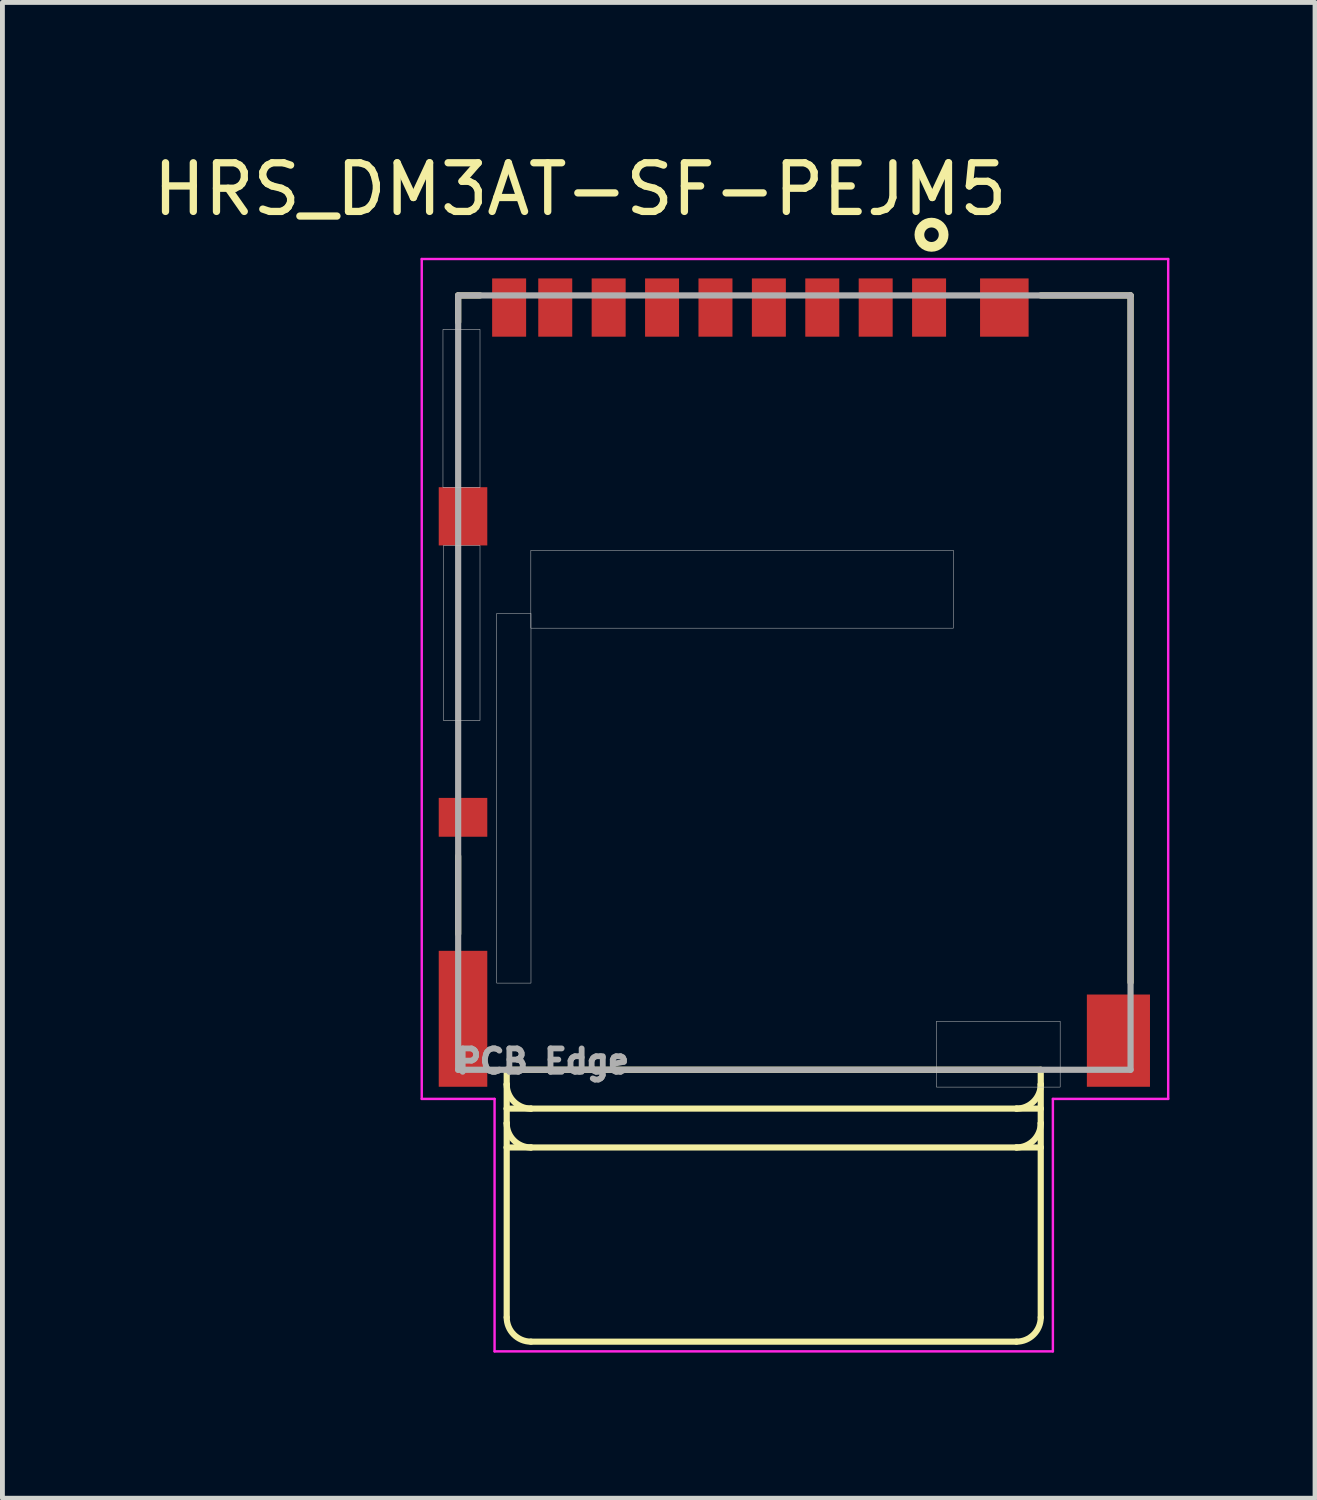
<source format=kicad_pcb>
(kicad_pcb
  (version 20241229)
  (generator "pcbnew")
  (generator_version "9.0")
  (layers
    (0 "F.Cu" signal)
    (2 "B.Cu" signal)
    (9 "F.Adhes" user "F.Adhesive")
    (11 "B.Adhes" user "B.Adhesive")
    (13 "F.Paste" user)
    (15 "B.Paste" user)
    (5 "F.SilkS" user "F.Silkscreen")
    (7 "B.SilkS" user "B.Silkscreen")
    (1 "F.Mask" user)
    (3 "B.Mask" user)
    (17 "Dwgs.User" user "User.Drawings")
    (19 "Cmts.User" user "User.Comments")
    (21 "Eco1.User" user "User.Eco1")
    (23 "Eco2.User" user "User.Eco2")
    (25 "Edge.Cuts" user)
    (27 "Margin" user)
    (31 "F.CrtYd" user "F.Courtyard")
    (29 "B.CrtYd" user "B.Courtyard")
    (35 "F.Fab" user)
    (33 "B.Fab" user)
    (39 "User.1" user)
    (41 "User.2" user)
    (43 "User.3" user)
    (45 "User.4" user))
  (footprint "HRS_DM3AT-SF-PEJM5"
    (layer "F.Cu")
    (at 12.887 3.285)
    (property "Reference" "HRS_DM3AT-SF-PEJM5" (at -3.987 -2.436 0) (layer "F.SilkS") (effects (font (size 1.002 1.002) (thickness 0.15))))
    (attr smd)
    (fp_line (start -6.5 -0.25) (end -6.5 0.3) (stroke (width 0.127) (type solid)) (layer "F.SilkS"))
    (fp_line (start -6.5 12.9) (end -6.5 11.3) (stroke (width 0.127) (type solid)) (layer "F.SilkS"))
    (fp_line (start -6.05 -0.25) (end -6.5 -0.25) (stroke (width 0.127) (type solid)) (layer "F.SilkS"))
    (fp_line (start -5.5 15.7) (end -5.5 16) (stroke (width 0.127) (type solid)) (layer "F.SilkS"))
    (fp_line (start -5.5 15.7) (end 5.5 15.7) (stroke (width 0.127) (type solid)) (layer "F.SilkS"))
    (fp_line (start -5.5 16.5) (end -5.5 16) (stroke (width 0.127) (type solid)) (layer "F.SilkS"))
    (fp_line (start -5.5 16.5) (end -5.5 16.8) (stroke (width 0.127) (type solid)) (layer "F.SilkS"))
    (fp_line (start -5.5 17.3) (end -5.5 16.8) (stroke (width 0.127) (type solid)) (layer "F.SilkS"))
    (fp_line (start -5.5 17.3) (end -5.5 20.8) (stroke (width 0.127) (type solid)) (layer "F.SilkS"))
    (fp_line (start -5 16.5) (end -5.5 16.5) (stroke (width 0.127) (type solid)) (layer "F.SilkS"))
    (fp_line (start -5 17.3) (end -5.5 17.3) (stroke (width 0.127) (type solid)) (layer "F.SilkS"))
    (fp_line (start 5 16.5) (end -5 16.5) (stroke (width 0.127) (type solid)) (layer "F.SilkS"))
    (fp_line (start 5 17.3) (end -5 17.3) (stroke (width 0.127) (type solid)) (layer "F.SilkS"))
    (fp_line (start 5 21.3) (end -5 21.3) (stroke (width 0.127) (type solid)) (layer "F.SilkS"))
    (fp_line (start 5.5 -0.25) (end 7.35 -0.25) (stroke (width 0.127) (type solid)) (layer "F.SilkS"))
    (fp_line (start 5.5 15.7) (end 5.5 16) (stroke (width 0.127) (type solid)) (layer "F.SilkS"))
    (fp_line (start 5.5 16) (end 5.5 16.5) (stroke (width 0.127) (type solid)) (layer "F.SilkS"))
    (fp_line (start 5.5 16.5) (end 5 16.5) (stroke (width 0.127) (type solid)) (layer "F.SilkS"))
    (fp_line (start 5.5 16.5) (end 5.5 16.8) (stroke (width 0.127) (type solid)) (layer "F.SilkS"))
    (fp_line (start 5.5 16.8) (end 5.5 17.3) (stroke (width 0.127) (type solid)) (layer "F.SilkS"))
    (fp_line (start 5.5 17.3) (end 5 17.3) (stroke (width 0.127) (type solid)) (layer "F.SilkS"))
    (fp_line (start 5.5 17.3) (end 5.5 20.8) (stroke (width 0.127) (type solid)) (layer "F.SilkS"))
    (fp_line (start 7.35 -0.25) (end 7.35 13.9) (stroke (width 0.127) (type solid)) (layer "F.SilkS"))
    (fp_arc (start -5 16.5) (mid -5.353553 16.353553) (end -5.5 16) (stroke (width 0.127) (type solid)) (layer "F.SilkS"))
    (fp_arc (start -5 17.3) (mid -5.353553 17.153553) (end -5.5 16.8) (stroke (width 0.127) (type solid)) (layer "F.SilkS"))
    (fp_arc (start -5 21.3) (mid -5.353553 21.153553) (end -5.5 20.8) (stroke (width 0.127) (type solid)) (layer "F.SilkS"))
    (fp_arc (start 5.5 16) (mid 5.353553 16.353553) (end 5 16.5) (stroke (width 0.127) (type solid)) (layer "F.SilkS"))
    (fp_arc (start 5.5 16.8) (mid 5.353553 17.153553) (end 5 17.3) (stroke (width 0.127) (type solid)) (layer "F.SilkS"))
    (fp_arc (start 5.5 20.8) (mid 5.353553 21.153553) (end 5 21.3) (stroke (width 0.127) (type solid)) (layer "F.SilkS"))
    (fp_circle (center 3.25 -1.5) (end 3.5 -1.5) (stroke (width 0.2) (type solid)) (fill no) (layer "F.SilkS"))
    (fp_poly (pts (xy -6.813 0.45) (xy -6.05 0.45) (xy -6.05 3.707) (xy -6.813 3.707)) (stroke (width 0.01) (type solid)) (fill no) (layer "Dwgs.User"))
    (fp_poly (pts (xy -6.804 4.9) (xy -6.05 4.9) (xy -6.05 8.505) (xy -6.804 8.505)) (stroke (width 0.01) (type solid)) (fill no) (layer "Dwgs.User"))
    (fp_poly (pts (xy -5.706 6.3) (xy -5 6.3) (xy -5 13.915) (xy -5.706 13.915)) (stroke (width 0.01) (type solid)) (fill no) (layer "Dwgs.User"))
    (fp_poly (pts (xy -5.003 5) (xy 3.7 5) (xy 3.7 6.604) (xy -5.003 6.604)) (stroke (width 0.01) (type solid)) (fill no) (layer "Dwgs.User"))
    (fp_poly (pts (xy 3.352 14.7) (xy 5.9 14.7) (xy 5.9 16.057) (xy 3.352 16.057)) (stroke (width 0.01) (type solid)) (fill no) (layer "Dwgs.User"))
    (fp_line (start -7.25 -1) (end 8.125 -1) (stroke (width 0.05) (type solid)) (layer "F.CrtYd"))
    (fp_line (start -7.25 16.3) (end -7.25 -1) (stroke (width 0.05) (type solid)) (layer "F.CrtYd"))
    (fp_line (start -5.75 16.3) (end -7.25 16.3) (stroke (width 0.05) (type solid)) (layer "F.CrtYd"))
    (fp_line (start -5.75 21.5) (end -5.75 16.3) (stroke (width 0.05) (type solid)) (layer "F.CrtYd"))
    (fp_line (start 5.75 16.3) (end 5.75 21.5) (stroke (width 0.05) (type solid)) (layer "F.CrtYd"))
    (fp_line (start 5.75 21.5) (end -5.75 21.5) (stroke (width 0.05) (type solid)) (layer "F.CrtYd"))
    (fp_line (start 8.125 -1) (end 8.125 16.3) (stroke (width 0.05) (type solid)) (layer "F.CrtYd"))
    (fp_line (start 8.125 16.3) (end 5.75 16.3) (stroke (width 0.05) (type solid)) (layer "F.CrtYd"))
    (fp_line (start -6.5 -0.25) (end 7.35 -0.25) (stroke (width 0.127) (type solid)) (layer "F.Fab"))
    (fp_line (start -6.5 15.7) (end -6.5 -0.25) (stroke (width 0.127) (type solid)) (layer "F.Fab"))
    (fp_line (start 7.35 -0.25) (end 7.35 15.7) (stroke (width 0.127) (type solid)) (layer "F.Fab"))
    (fp_line (start 7.35 15.7) (end -6.5 15.7) (stroke (width 0.127) (type solid)) (layer "F.Fab"))
    (fp_text user "PCB Edge" (at -4.758 15.525 0) (layer "F.Fab") (effects (font (size 0.481 0.481) (thickness 0.12))))
    (pad "1" smd rect (at 3.2 0) (size 0.7 1.2) (layers "F.Cu" "F.Mask" "F.Paste"))
    (pad "2" smd rect (at 2.1 0) (size 0.7 1.2) (layers "F.Cu" "F.Mask" "F.Paste"))
    (pad "3" smd rect (at 1 0) (size 0.7 1.2) (layers "F.Cu" "F.Mask" "F.Paste"))
    (pad "4" smd rect (at -0.1 0) (size 0.7 1.2) (layers "F.Cu" "F.Mask" "F.Paste"))
    (pad "5" smd rect (at -1.2 0) (size 0.7 1.2) (layers "F.Cu" "F.Mask" "F.Paste"))
    (pad "6" smd rect (at -2.3 0) (size 0.7 1.2) (layers "F.Cu" "F.Mask" "F.Paste"))
    (pad "7" smd rect (at -3.4 0) (size 0.7 1.2) (layers "F.Cu" "F.Mask" "F.Paste"))
    (pad "8" smd rect (at -4.5 0) (size 0.7 1.2) (layers "F.Cu" "F.Mask" "F.Paste"))
    (pad "P1" smd rect (at -6.4 4.3) (size 1 1.2) (layers "F.Cu" "F.Mask" "F.Paste"))
    (pad "P2" smd rect (at -6.4 14.65) (size 1 2.8) (layers "F.Cu" "F.Mask" "F.Paste"))
    (pad "P3" smd rect (at 7.1 15.1) (size 1.3 1.9) (layers "F.Cu" "F.Mask" "F.Paste"))
    (pad "P4" smd rect (at 4.75 0) (size 1 1.2) (layers "F.Cu" "F.Mask" "F.Paste"))
    (pad "SWA" smd rect (at -6.4 10.5) (size 1 0.8) (layers "F.Cu" "F.Mask" "F.Paste"))
    (pad "SWB" smd rect (at -5.45 0) (size 0.7 1.2) (layers "F.Cu" "F.Mask" "F.Paste")))
  (gr_rect
    (start -3 -3)
    (end 24.037 27.81)
    (stroke (width 0.1) (type default))
    (fill no)
    (layer "Edge.Cuts")))
</source>
